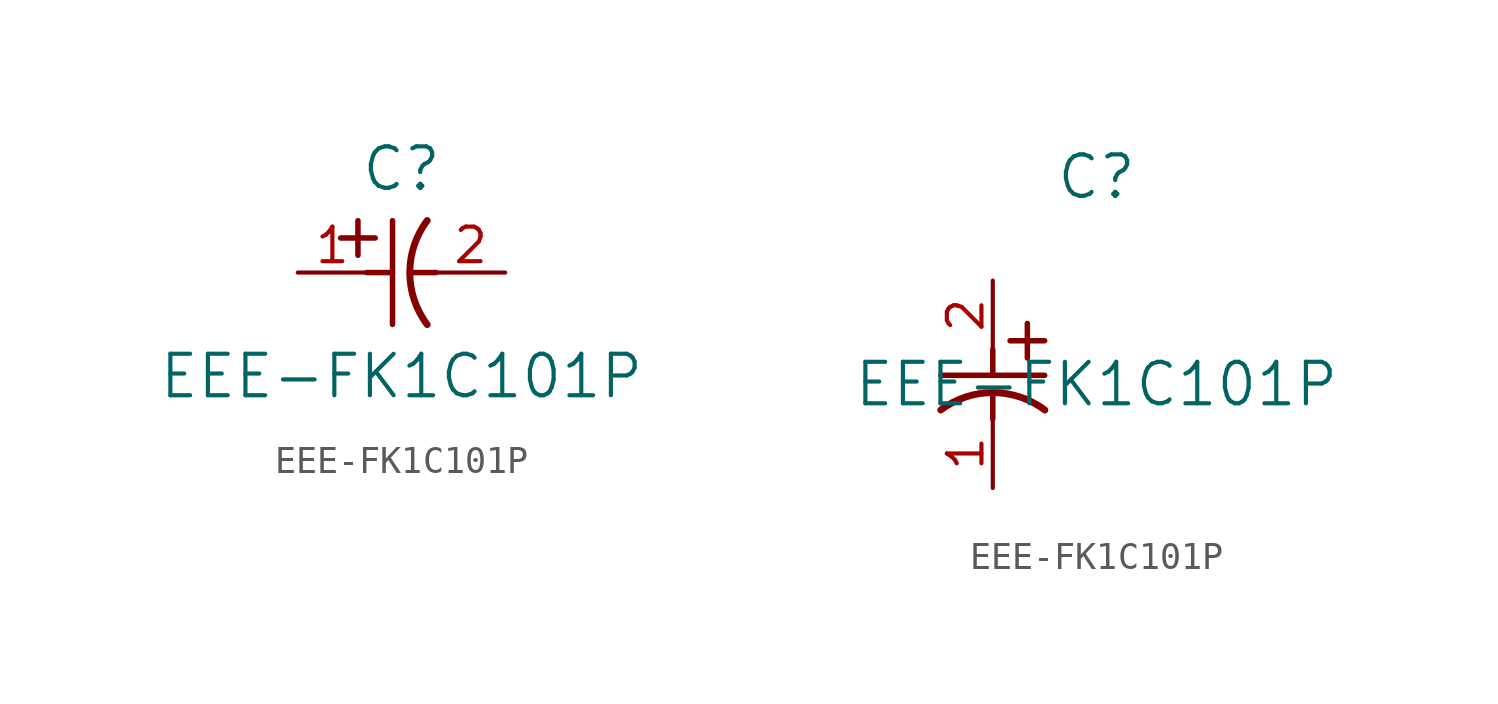
<source format=kicad_sym>
(kicad_symbol_lib
  (version 20211014)
  (generator kicad_symbol_editor)
  (symbol "EEE-FK1C101P"
    (pin_names
      (offset 0.254))
    (property "Reference" "C"
      (at 3.81 3.81 0)
      (effects (font (size 1.524 1.524))))
    (property "Value" "EEE-FK1C101P"
      (at 3.81 -3.81 0)
      (effects (font (size 1.524 1.524))))
    (symbol "EEE-FK1C101P_1_1"
      (polyline (pts (xy 2.21 0.635) (xy 2.21 1.905)) (stroke (width 0.203) (type default) (color 0 0 0 0)) (fill (type none)))
      (arc (start 4.754132 1.910763) (mid 4.1148 0) (end 4.754132 -1.910763) (stroke (width 0.254) (type default) (color 0 0 0 0)) (fill (type none)))
      (polyline (pts (xy 4.115 0) (xy 5.08 0)) (stroke (width 0.203) (type default) (color 0 0 0 0)) (fill (type none)))
      (polyline (pts (xy 3.48 -1.905) (xy 3.48 1.905)) (stroke (width 0.203) (type default) (color 0 0 0 0)) (fill (type none)))
      (polyline (pts (xy 1.575 1.27) (xy 2.845 1.27)) (stroke (width 0.203) (type default) (color 0 0 0 0)) (fill (type none)))
      (polyline (pts (xy 2.54 0) (xy 3.48 0)) (stroke (width 0.203) (type default) (color 0 0 0 0)) (fill (type none)))
      (pin unspecified line (at 0 0 0) (length 2.54) (name "" (effects (font (size 1.27 1.27)))) (number "1" (effects (font (size 1.27 1.27)))))
      (pin unspecified line (at 7.62 0 180) (length 2.54) (name "" (effects (font (size 1.27 1.27)))) (number "2" (effects (font (size 1.27 1.27))))))
    (symbol "EEE-FK1C101P_1_2"
      (polyline (pts (xy 0 -2.54) (xy 0 -3.48)) (stroke (width 0.203) (type default) (color 0 0 0 0)) (fill (type none)))
      (arc (start 1.910763 -4.754132) (mid 0 -4.1148) (end -1.910763 -4.754132) (stroke (width 0.254) (type default) (color 0 0 0 0)) (fill (type none)))
      (polyline (pts (xy -1.905 -3.48) (xy 1.905 -3.48)) (stroke (width 0.203) (type default) (color 0 0 0 0)) (fill (type none)))
      (polyline (pts (xy 0.635 -2.21) (xy 1.905 -2.21)) (stroke (width 0.203) (type default) (color 0 0 0 0)) (fill (type none)))
      (polyline (pts (xy 1.27 -1.575) (xy 1.27 -2.845)) (stroke (width 0.203) (type default) (color 0 0 0 0)) (fill (type none)))
      (polyline (pts (xy 0 -4.115) (xy 0 -5.08)) (stroke (width 0.203) (type default) (color 0 0 0 0)) (fill (type none)))
      (pin unspecified line (at 0 -7.62 90) (length 2.54) (name "" (effects (font (size 1.27 1.27)))) (number "1" (effects (font (size 1.27 1.27)))))
      (pin unspecified line (at 0 0 270) (length 2.54) (name "" (effects (font (size 1.27 1.27)))) (number "2" (effects (font (size 1.27 1.27))))))))
</source>
